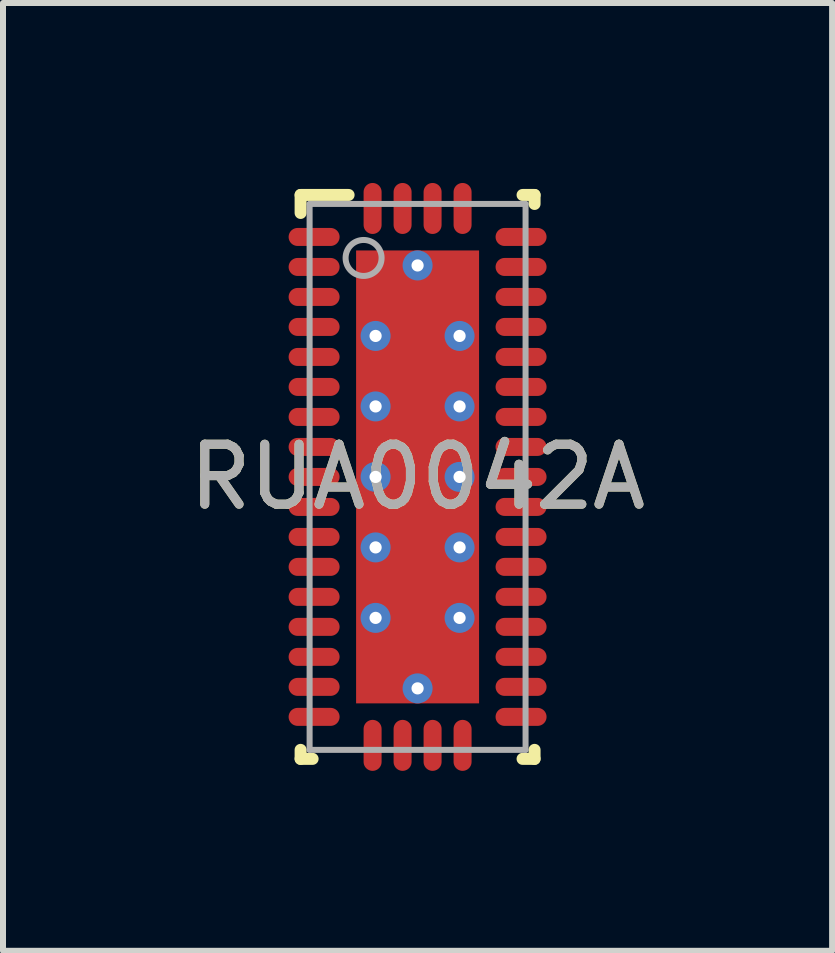
<source format=kicad_pcb>
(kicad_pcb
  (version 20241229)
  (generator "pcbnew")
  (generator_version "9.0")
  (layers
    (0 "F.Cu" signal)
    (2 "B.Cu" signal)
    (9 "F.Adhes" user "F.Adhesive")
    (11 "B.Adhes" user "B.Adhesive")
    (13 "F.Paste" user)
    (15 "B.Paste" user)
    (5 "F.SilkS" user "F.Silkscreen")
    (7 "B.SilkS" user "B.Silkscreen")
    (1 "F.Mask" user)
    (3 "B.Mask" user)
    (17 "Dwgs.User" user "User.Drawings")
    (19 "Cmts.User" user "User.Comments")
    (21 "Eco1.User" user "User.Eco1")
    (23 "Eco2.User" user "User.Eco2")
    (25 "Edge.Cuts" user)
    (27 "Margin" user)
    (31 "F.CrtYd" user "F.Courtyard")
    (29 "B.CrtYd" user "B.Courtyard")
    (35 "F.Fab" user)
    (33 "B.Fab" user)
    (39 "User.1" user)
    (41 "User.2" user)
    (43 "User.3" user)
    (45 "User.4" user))
  (footprint "RUA0042A"
    (layer "F.Cu")
    (at 3.911 4.9)
    (property "Reference" "RUA0042A" (at 0 0 0) (unlocked yes) (layer "F.SilkS") (effects (font (size 1 1) (thickness 0.15))))
    (attr smd)
    (fp_line (start -1.95 -4.7) (end -1.15 -4.7) (stroke (width 0.2) (type solid)) (layer "F.SilkS"))
    (fp_line (start -1.95 -4.4) (end -1.95 -4.7) (stroke (width 0.2) (type solid)) (layer "F.SilkS"))
    (fp_line (start -1.95 4.7) (end -1.95 4.55) (stroke (width 0.2) (type solid)) (layer "F.SilkS"))
    (fp_line (start -1.95 4.7) (end -1.75 4.7) (stroke (width 0.2) (type solid)) (layer "F.SilkS"))
    (fp_line (start 1.75 -4.7) (end 1.95 -4.7) (stroke (width 0.2) (type solid)) (layer "F.SilkS"))
    (fp_line (start 1.75 4.7) (end 1.95 4.7) (stroke (width 0.2) (type solid)) (layer "F.SilkS"))
    (fp_line (start 1.95 -4.55) (end 1.95 -4.7) (stroke (width 0.2) (type solid)) (layer "F.SilkS"))
    (fp_line (start 1.95 4.7) (end 1.95 4.55) (stroke (width 0.2) (type solid)) (layer "F.SilkS"))
    (fp_poly (pts (xy -0.1 -3.425) (xy -1.017 -3.425) (xy -1.017 -2.45) (xy -0.1 -2.45)) (stroke (width 0) (type solid)) (fill yes) (layer "F.Paste"))
    (fp_poly (pts (xy -0.1 -2.25) (xy -1.017 -2.25) (xy -1.017 -1.275) (xy -0.1 -1.275)) (stroke (width 0) (type solid)) (fill yes) (layer "F.Paste"))
    (fp_poly (pts (xy -0.1 -1.075) (xy -1.017 -1.075) (xy -1.017 -0.1) (xy -0.1 -0.1)) (stroke (width 0) (type solid)) (fill yes) (layer "F.Paste"))
    (fp_poly (pts (xy -0.1 0.1) (xy -1.017 0.1) (xy -1.017 1.075) (xy -0.1 1.075)) (stroke (width 0) (type solid)) (fill yes) (layer "F.Paste"))
    (fp_poly (pts (xy -0.1 1.275) (xy -1.017 1.275) (xy -1.017 2.25) (xy -0.1 2.25)) (stroke (width 0) (type solid)) (fill yes) (layer "F.Paste"))
    (fp_poly (pts (xy -0.1 2.45) (xy -1.017 2.45) (xy -1.017 3.425) (xy -0.1 3.425)) (stroke (width 0) (type solid)) (fill yes) (layer "F.Paste"))
    (fp_poly (pts (xy 0.1 -2.45) (xy 1.017 -2.45) (xy 1.017 -3.425) (xy 0.1 -3.425)) (stroke (width 0) (type solid)) (fill yes) (layer "F.Paste"))
    (fp_poly (pts (xy 0.1 -1.275) (xy 1.017 -1.275) (xy 1.017 -2.25) (xy 0.1 -2.25)) (stroke (width 0) (type solid)) (fill yes) (layer "F.Paste"))
    (fp_poly (pts (xy 0.1 -0.1) (xy 1.017 -0.1) (xy 1.017 -1.075) (xy 0.1 -1.075)) (stroke (width 0) (type solid)) (fill yes) (layer "F.Paste"))
    (fp_poly (pts (xy 0.1 1.075) (xy 1.017 1.075) (xy 1.017 0.1) (xy 0.1 0.1)) (stroke (width 0) (type solid)) (fill yes) (layer "F.Paste"))
    (fp_poly (pts (xy 0.1 2.25) (xy 1.017 2.25) (xy 1.017 1.275) (xy 0.1 1.275)) (stroke (width 0) (type solid)) (fill yes) (layer "F.Paste"))
    (fp_poly (pts (xy 0.1 3.425) (xy 1.017 3.425) (xy 1.017 2.45) (xy 0.1 2.45)) (stroke (width 0) (type solid)) (fill yes) (layer "F.Paste"))
    (fp_line (start -1.8 -4.55) (end 1.8 -4.55) (stroke (width 0.1) (type solid)) (layer "F.Fab"))
    (fp_line (start -1.8 4.55) (end -1.8 -4.55) (stroke (width 0.1) (type solid)) (layer "F.Fab"))
    (fp_line (start -1.8 4.55) (end 1.8 4.55) (stroke (width 0.1) (type solid)) (layer "F.Fab"))
    (fp_line (start 1.8 4.55) (end 1.8 -4.55) (stroke (width 0.1) (type solid)) (layer "F.Fab"))
    (fp_circle (center -0.9 -3.65) (end -0.6 -3.65) (stroke (width 0.1) (type solid)) (fill no) (layer "F.Fab"))
    (fp_text user "${REFERENCE}" (at 0 0 0) (unlocked yes) (layer "F.Fab") (effects (font (size 1 1) (thickness 0.15))))
    (pad "1" smd oval (at -1.725 -4 90) (size 0.3 0.85) (layers "F.Cu" "F.Mask" "F.Paste"))
    (pad "2" smd oval (at -1.725 -3.5 90) (size 0.3 0.85) (layers "F.Cu" "F.Mask" "F.Paste"))
    (pad "3" smd oval (at -1.725 -3 90) (size 0.3 0.85) (layers "F.Cu" "F.Mask" "F.Paste"))
    (pad "4" smd oval (at -1.725 -2.5 90) (size 0.3 0.85) (layers "F.Cu" "F.Mask" "F.Paste"))
    (pad "5" smd oval (at -1.725 -2 90) (size 0.3 0.85) (layers "F.Cu" "F.Mask" "F.Paste"))
    (pad "6" smd oval (at -1.725 -1.5 90) (size 0.3 0.85) (layers "F.Cu" "F.Mask" "F.Paste"))
    (pad "7" smd oval (at -1.725 -1 90) (size 0.3 0.85) (layers "F.Cu" "F.Mask" "F.Paste"))
    (pad "8" smd oval (at -1.725 -0.5 90) (size 0.3 0.85) (layers "F.Cu" "F.Mask" "F.Paste"))
    (pad "9" smd oval (at -1.725 0 90) (size 0.3 0.85) (layers "F.Cu" "F.Mask" "F.Paste"))
    (pad "10" smd oval (at -1.725 0.5 90) (size 0.3 0.85) (layers "F.Cu" "F.Mask" "F.Paste"))
    (pad "11" smd oval (at -1.725 1 90) (size 0.3 0.85) (layers "F.Cu" "F.Mask" "F.Paste"))
    (pad "12" smd oval (at -1.725 1.5 90) (size 0.3 0.85) (layers "F.Cu" "F.Mask" "F.Paste"))
    (pad "13" smd oval (at -1.725 2 90) (size 0.3 0.85) (layers "F.Cu" "F.Mask" "F.Paste"))
    (pad "14" smd oval (at -1.725 2.5 90) (size 0.3 0.85) (layers "F.Cu" "F.Mask" "F.Paste"))
    (pad "15" smd oval (at -1.725 3 90) (size 0.3 0.85) (layers "F.Cu" "F.Mask" "F.Paste"))
    (pad "16" smd oval (at -1.725 3.5 90) (size 0.3 0.85) (layers "F.Cu" "F.Mask" "F.Paste"))
    (pad "17" smd oval (at -1.725 4 90) (size 0.3 0.85) (layers "F.Cu" "F.Mask" "F.Paste"))
    (pad "18" smd oval (at -0.75 4.475) (size 0.3 0.85) (layers "F.Cu" "F.Mask" "F.Paste"))
    (pad "19" smd oval (at -0.25 4.475) (size 0.3 0.85) (layers "F.Cu" "F.Mask" "F.Paste"))
    (pad "20" smd oval (at 0.25 4.475) (size 0.3 0.85) (layers "F.Cu" "F.Mask" "F.Paste"))
    (pad "21" smd oval (at 0.75 4.475) (size 0.3 0.85) (layers "F.Cu" "F.Mask" "F.Paste"))
    (pad "22" smd oval (at 1.725 4 90) (size 0.3 0.85) (layers "F.Cu" "F.Mask" "F.Paste"))
    (pad "23" smd oval (at 1.725 3.5 90) (size 0.3 0.85) (layers "F.Cu" "F.Mask" "F.Paste"))
    (pad "24" smd oval (at 1.725 3 90) (size 0.3 0.85) (layers "F.Cu" "F.Mask" "F.Paste"))
    (pad "25" smd oval (at 1.725 2.5 90) (size 0.3 0.85) (layers "F.Cu" "F.Mask" "F.Paste"))
    (pad "26" smd oval (at 1.725 2 90) (size 0.3 0.85) (layers "F.Cu" "F.Mask" "F.Paste"))
    (pad "27" smd oval (at 1.725 1.5 90) (size 0.3 0.85) (layers "F.Cu" "F.Mask" "F.Paste"))
    (pad "28" smd oval (at 1.725 1 90) (size 0.3 0.85) (layers "F.Cu" "F.Mask" "F.Paste"))
    (pad "29" smd oval (at 1.725 0.5 90) (size 0.3 0.85) (layers "F.Cu" "F.Mask" "F.Paste"))
    (pad "30" smd oval (at 1.725 0 90) (size 0.3 0.85) (layers "F.Cu" "F.Mask" "F.Paste"))
    (pad "31" smd oval (at 1.725 -0.5 90) (size 0.3 0.85) (layers "F.Cu" "F.Mask" "F.Paste"))
    (pad "32" smd oval (at 1.725 -1 90) (size 0.3 0.85) (layers "F.Cu" "F.Mask" "F.Paste"))
    (pad "33" smd oval (at 1.725 -1.5 90) (size 0.3 0.85) (layers "F.Cu" "F.Mask" "F.Paste"))
    (pad "34" smd oval (at 1.725 -2 90) (size 0.3 0.85) (layers "F.Cu" "F.Mask" "F.Paste"))
    (pad "35" smd oval (at 1.725 -2.5 90) (size 0.3 0.85) (layers "F.Cu" "F.Mask" "F.Paste"))
    (pad "36" smd oval (at 1.725 -3 90) (size 0.3 0.85) (layers "F.Cu" "F.Mask" "F.Paste"))
    (pad "37" smd oval (at 1.725 -3.5 90) (size 0.3 0.85) (layers "F.Cu" "F.Mask" "F.Paste"))
    (pad "38" smd oval (at 1.725 -4 90) (size 0.3 0.85) (layers "F.Cu" "F.Mask" "F.Paste"))
    (pad "39" smd oval (at 0.75 -4.475) (size 0.3 0.85) (layers "F.Cu" "F.Mask" "F.Paste"))
    (pad "40" smd oval (at 0.25 -4.475) (size 0.3 0.85) (layers "F.Cu" "F.Mask" "F.Paste"))
    (pad "41" smd oval (at -0.25 -4.475) (size 0.3 0.85) (layers "F.Cu" "F.Mask" "F.Paste"))
    (pad "42" smd oval (at -0.75 -4.475) (size 0.3 0.85) (layers "F.Cu" "F.Mask" "F.Paste"))
    (pad "43" smd rect (at 0 0) (size 2.05 7.55) (layers "F.Cu" "F.Mask"))
    (pad "V" thru_hole circle (at -0.7 -2.35) (size 0.5 0.5) (drill 0.203) (layers "*.Cu" "*.Mask"))
    (pad "V" thru_hole circle (at -0.7 -1.175) (size 0.5 0.5) (drill 0.203) (layers "*.Cu" "*.Mask"))
    (pad "V" thru_hole circle (at -0.7 0) (size 0.5 0.5) (drill 0.203) (layers "*.Cu" "*.Mask"))
    (pad "V" thru_hole circle (at -0.7 1.175) (size 0.5 0.5) (drill 0.203) (layers "*.Cu" "*.Mask"))
    (pad "V" thru_hole circle (at -0.7 2.35) (size 0.5 0.5) (drill 0.203) (layers "*.Cu" "*.Mask"))
    (pad "V" thru_hole circle (at 0 -3.525) (size 0.5 0.5) (drill 0.203) (layers "*.Cu" "*.Mask"))
    (pad "V" thru_hole circle (at 0 3.525) (size 0.5 0.5) (drill 0.203) (layers "*.Cu" "*.Mask"))
    (pad "V" thru_hole circle (at 0.7 -2.35) (size 0.5 0.5) (drill 0.203) (layers "*.Cu" "*.Mask"))
    (pad "V" thru_hole circle (at 0.7 -1.175) (size 0.5 0.5) (drill 0.203) (layers "*.Cu" "*.Mask"))
    (pad "V" thru_hole circle (at 0.7 0) (size 0.5 0.5) (drill 0.203) (layers "*.Cu" "*.Mask"))
    (pad "V" thru_hole circle (at 0.7 1.175) (size 0.5 0.5) (drill 0.203) (layers "*.Cu" "*.Mask"))
    (pad "V" thru_hole circle (at 0.7 2.35) (size 0.5 0.5) (drill 0.203) (layers "*.Cu" "*.Mask")))
  (gr_rect
    (start -3 -3)
    (end 10.821 12.8)
    (stroke (width 0.1) (type default))
    (fill no)
    (layer "Edge.Cuts")))
</source>
